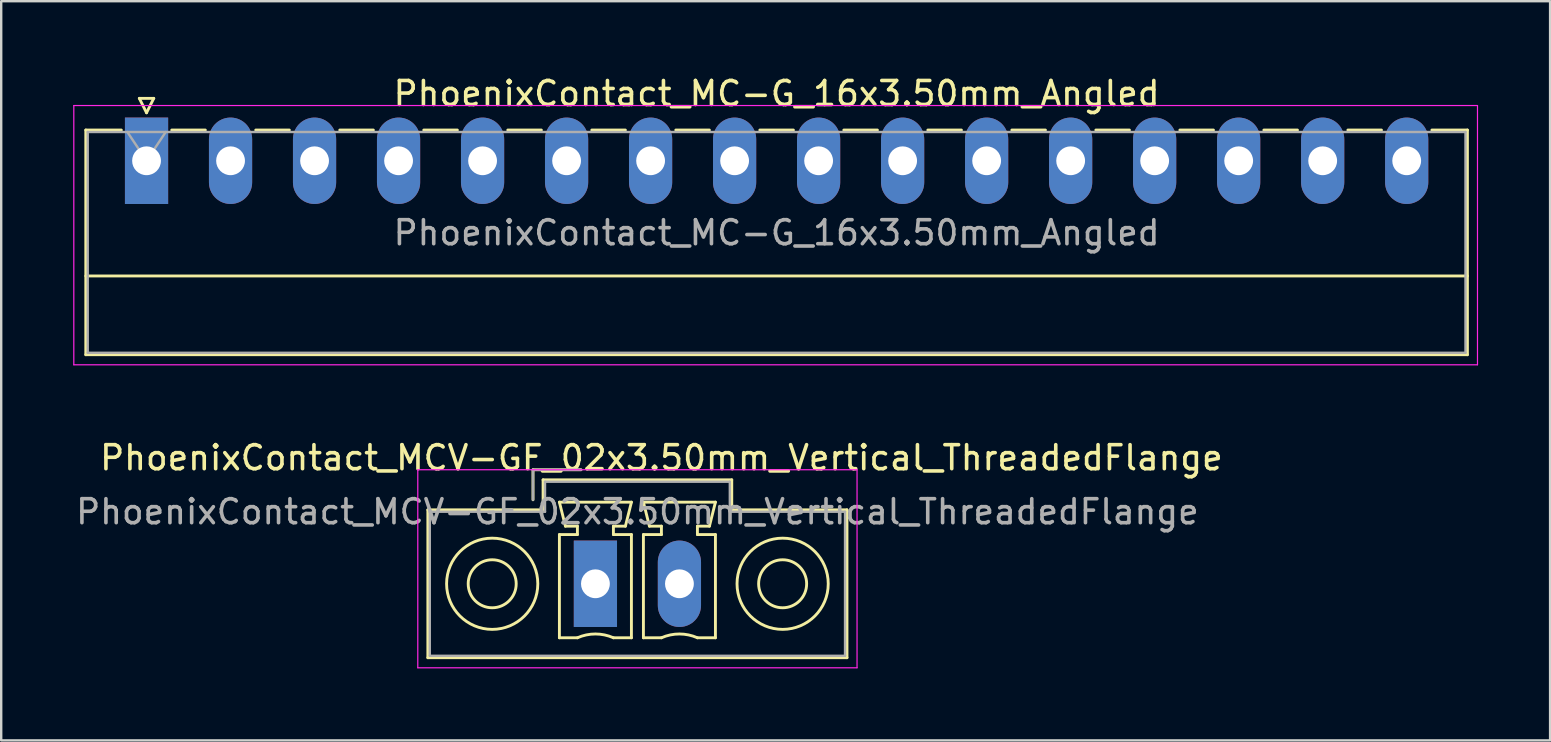
<source format=kicad_pcb>
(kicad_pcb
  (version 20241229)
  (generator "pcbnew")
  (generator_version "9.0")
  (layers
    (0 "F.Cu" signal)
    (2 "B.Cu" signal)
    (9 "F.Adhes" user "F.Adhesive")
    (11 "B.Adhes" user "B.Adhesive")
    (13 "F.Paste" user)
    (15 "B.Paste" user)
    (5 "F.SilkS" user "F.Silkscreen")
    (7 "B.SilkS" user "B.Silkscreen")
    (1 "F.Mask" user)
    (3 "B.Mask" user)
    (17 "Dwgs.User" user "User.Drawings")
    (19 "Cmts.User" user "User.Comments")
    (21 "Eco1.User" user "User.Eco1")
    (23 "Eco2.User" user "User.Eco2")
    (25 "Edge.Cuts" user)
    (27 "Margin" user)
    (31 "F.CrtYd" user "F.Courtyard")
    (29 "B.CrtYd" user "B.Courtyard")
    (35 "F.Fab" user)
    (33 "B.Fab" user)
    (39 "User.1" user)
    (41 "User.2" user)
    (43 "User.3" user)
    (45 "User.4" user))
  (footprint "PhoenixContact_MCV-GF_02x3.50mm_Vertical_ThreadedFlange"
    (layer "F.Cu")
    (at 21.756 21.271)
    (property "Reference" "PhoenixContact_MCV-GF_02x3.50mm_Vertical_ThreadedFlange" (at 2.75 -5.25 0) (layer "F.SilkS") (effects (font (size 1 1) (thickness 0.15))))
    (attr through_hole)
    (fp_line (start -6.98 -3.08) (end -6.98 3.08) (stroke (width 0.12) (type solid)) (layer "F.SilkS"))
    (fp_line (start -6.98 3.08) (end 10.48 3.08) (stroke (width 0.12) (type solid)) (layer "F.SilkS"))
    (fp_line (start -2.6 -4.75) (end -0.6 -4.75) (stroke (width 0.12) (type solid)) (layer "F.SilkS"))
    (fp_line (start -2.6 -3.5) (end -2.6 -4.75) (stroke (width 0.12) (type solid)) (layer "F.SilkS"))
    (fp_line (start -2.18 -4.33) (end -2.18 -3.08) (stroke (width 0.12) (type solid)) (layer "F.SilkS"))
    (fp_line (start -2.18 -3.08) (end -6.98 -3.08) (stroke (width 0.12) (type solid)) (layer "F.SilkS"))
    (fp_line (start -1.5 -3.4) (end 1.5 -3.4) (stroke (width 0.12) (type solid)) (layer "F.SilkS"))
    (fp_line (start -1.5 -2.05) (end -0.75 -2.05) (stroke (width 0.12) (type solid)) (layer "F.SilkS"))
    (fp_line (start -1.5 2.25) (end -1.5 -2.05) (stroke (width 0.12) (type solid)) (layer "F.SilkS"))
    (fp_line (start -1.25 -2.4) (end -1.5 -3.4) (stroke (width 0.12) (type solid)) (layer "F.SilkS"))
    (fp_line (start -0.75 -2.4) (end -1.25 -2.4) (stroke (width 0.12) (type solid)) (layer "F.SilkS"))
    (fp_line (start -0.75 -2.05) (end -0.75 -2.4) (stroke (width 0.12) (type solid)) (layer "F.SilkS"))
    (fp_line (start -0.75 2.25) (end -1.5 2.25) (stroke (width 0.12) (type solid)) (layer "F.SilkS"))
    (fp_line (start 0.75 -2.4) (end 0.75 -2.05) (stroke (width 0.12) (type solid)) (layer "F.SilkS"))
    (fp_line (start 0.75 -2.05) (end 1.5 -2.05) (stroke (width 0.12) (type solid)) (layer "F.SilkS"))
    (fp_line (start 1.25 -2.4) (end 0.75 -2.4) (stroke (width 0.12) (type solid)) (layer "F.SilkS"))
    (fp_line (start 1.5 -3.4) (end 1.25 -2.4) (stroke (width 0.12) (type solid)) (layer "F.SilkS"))
    (fp_line (start 1.5 -2.05) (end 1.5 2.25) (stroke (width 0.12) (type solid)) (layer "F.SilkS"))
    (fp_line (start 1.5 2.25) (end 0.75 2.25) (stroke (width 0.12) (type solid)) (layer "F.SilkS"))
    (fp_line (start 2 -3.4) (end 5 -3.4) (stroke (width 0.12) (type solid)) (layer "F.SilkS"))
    (fp_line (start 2 -2.05) (end 2.75 -2.05) (stroke (width 0.12) (type solid)) (layer "F.SilkS"))
    (fp_line (start 2 2.25) (end 2 -2.05) (stroke (width 0.12) (type solid)) (layer "F.SilkS"))
    (fp_line (start 2.25 -2.4) (end 2 -3.4) (stroke (width 0.12) (type solid)) (layer "F.SilkS"))
    (fp_line (start 2.75 -2.4) (end 2.25 -2.4) (stroke (width 0.12) (type solid)) (layer "F.SilkS"))
    (fp_line (start 2.75 -2.05) (end 2.75 -2.4) (stroke (width 0.12) (type solid)) (layer "F.SilkS"))
    (fp_line (start 2.75 2.25) (end 2 2.25) (stroke (width 0.12) (type solid)) (layer "F.SilkS"))
    (fp_line (start 4.25 -2.4) (end 4.25 -2.05) (stroke (width 0.12) (type solid)) (layer "F.SilkS"))
    (fp_line (start 4.25 -2.05) (end 5 -2.05) (stroke (width 0.12) (type solid)) (layer "F.SilkS"))
    (fp_line (start 4.75 -2.4) (end 4.25 -2.4) (stroke (width 0.12) (type solid)) (layer "F.SilkS"))
    (fp_line (start 5 -3.4) (end 4.75 -2.4) (stroke (width 0.12) (type solid)) (layer "F.SilkS"))
    (fp_line (start 5 -2.05) (end 5 2.25) (stroke (width 0.12) (type solid)) (layer "F.SilkS"))
    (fp_line (start 5 2.25) (end 4.25 2.25) (stroke (width 0.12) (type solid)) (layer "F.SilkS"))
    (fp_line (start 5.68 -4.33) (end -2.18 -4.33) (stroke (width 0.12) (type solid)) (layer "F.SilkS"))
    (fp_line (start 5.68 -3.08) (end 5.68 -4.33) (stroke (width 0.12) (type solid)) (layer "F.SilkS"))
    (fp_line (start 10.48 -3.08) (end 5.68 -3.08) (stroke (width 0.12) (type solid)) (layer "F.SilkS"))
    (fp_line (start 10.48 3.08) (end 10.48 -3.08) (stroke (width 0.12) (type solid)) (layer "F.SilkS"))
    (fp_arc (start -0.75 2.25) (mid -0.000193 2.09191) (end 0.749647 2.249844) (stroke (width 0.12) (type solid)) (layer "F.SilkS"))
    (fp_arc (start 2.75 2.25) (mid 3.499807 2.09191) (end 4.249647 2.249844) (stroke (width 0.12) (type solid)) (layer "F.SilkS"))
    (fp_circle (center -4.3 0) (end -3.3 0) (stroke (width 0.12) (type solid)) (fill no) (layer "F.SilkS"))
    (fp_circle (center -4.3 0) (end -2.4 0) (stroke (width 0.12) (type solid)) (fill no) (layer "F.SilkS"))
    (fp_circle (center 7.8 0) (end 8.8 0) (stroke (width 0.12) (type solid)) (fill no) (layer "F.SilkS"))
    (fp_circle (center 7.8 0) (end 9.7 0) (stroke (width 0.12) (type solid)) (fill no) (layer "F.SilkS"))
    (fp_line (start -7.4 -4.75) (end -7.4 3.5) (stroke (width 0.05) (type solid)) (layer "F.CrtYd"))
    (fp_line (start -7.4 3.5) (end 10.9 3.5) (stroke (width 0.05) (type solid)) (layer "F.CrtYd"))
    (fp_line (start 10.9 -4.75) (end -7.4 -4.75) (stroke (width 0.05) (type solid)) (layer "F.CrtYd"))
    (fp_line (start 10.9 3.5) (end 10.9 -4.75) (stroke (width 0.05) (type solid)) (layer "F.CrtYd"))
    (fp_line (start -6.9 -3) (end -6.9 3) (stroke (width 0.1) (type solid)) (layer "F.Fab"))
    (fp_line (start -6.9 3) (end 10.4 3) (stroke (width 0.1) (type solid)) (layer "F.Fab"))
    (fp_line (start -2.6 -4.75) (end -0.6 -4.75) (stroke (width 0.1) (type solid)) (layer "F.Fab"))
    (fp_line (start -2.6 -3.5) (end -2.6 -4.75) (stroke (width 0.1) (type solid)) (layer "F.Fab"))
    (fp_line (start -2.1 -4.25) (end -2.1 -3) (stroke (width 0.1) (type solid)) (layer "F.Fab"))
    (fp_line (start -2.1 -3) (end -6.9 -3) (stroke (width 0.1) (type solid)) (layer "F.Fab"))
    (fp_line (start 5.6 -4.25) (end -2.1 -4.25) (stroke (width 0.1) (type solid)) (layer "F.Fab"))
    (fp_line (start 5.6 -3) (end 5.6 -4.25) (stroke (width 0.1) (type solid)) (layer "F.Fab"))
    (fp_line (start 10.4 -3) (end 5.6 -3) (stroke (width 0.1) (type solid)) (layer "F.Fab"))
    (fp_line (start 10.4 3) (end 10.4 -3) (stroke (width 0.1) (type solid)) (layer "F.Fab"))
    (fp_text user "${REFERENCE}" (at 1.75 -3 0) (layer "F.Fab") (effects (font (size 1 1) (thickness 0.15))))
    (pad "1" thru_hole rect (at 0 0) (size 1.8 3.6) (drill 1.2) (layers "*.Cu" "*.Mask"))
    (pad "2" thru_hole oval (at 3.5 0) (size 1.8 3.6) (drill 1.2) (layers "*.Cu" "*.Mask")))
  (footprint "PhoenixContact_MC-G_16x3.50mm_Angled"
    (layer "F.Cu")
    (at 3.055 3.648)
    (property "Reference" "PhoenixContact_MC-G_16x3.50mm_Angled" (at 26.25 -2.8 0) (layer "F.SilkS") (effects (font (size 1 1) (thickness 0.15))))
    (attr through_hole)
    (fp_line (start -2.53 -1.28) (end -2.53 8.08) (stroke (width 0.12) (type solid)) (layer "F.SilkS"))
    (fp_line (start -2.53 -1.28) (end -1.05 -1.28) (stroke (width 0.12) (type solid)) (layer "F.SilkS"))
    (fp_line (start -2.53 4.8) (end 55.03 4.8) (stroke (width 0.12) (type solid)) (layer "F.SilkS"))
    (fp_line (start -2.53 8.08) (end 55.03 8.08) (stroke (width 0.12) (type solid)) (layer "F.SilkS"))
    (fp_line (start -0.3 -2.6) (end 0.3 -2.6) (stroke (width 0.12) (type solid)) (layer "F.SilkS"))
    (fp_line (start 0 -2) (end -0.3 -2.6) (stroke (width 0.12) (type solid)) (layer "F.SilkS"))
    (fp_line (start 0.3 -2.6) (end 0 -2) (stroke (width 0.12) (type solid)) (layer "F.SilkS"))
    (fp_line (start 1.05 -1.28) (end 2.45 -1.28) (stroke (width 0.12) (type solid)) (layer "F.SilkS"))
    (fp_line (start 4.55 -1.28) (end 5.95 -1.28) (stroke (width 0.12) (type solid)) (layer "F.SilkS"))
    (fp_line (start 8.05 -1.28) (end 9.45 -1.28) (stroke (width 0.12) (type solid)) (layer "F.SilkS"))
    (fp_line (start 11.55 -1.28) (end 12.95 -1.28) (stroke (width 0.12) (type solid)) (layer "F.SilkS"))
    (fp_line (start 15.05 -1.28) (end 16.45 -1.28) (stroke (width 0.12) (type solid)) (layer "F.SilkS"))
    (fp_line (start 18.55 -1.28) (end 19.95 -1.28) (stroke (width 0.12) (type solid)) (layer "F.SilkS"))
    (fp_line (start 22.05 -1.28) (end 23.45 -1.28) (stroke (width 0.12) (type solid)) (layer "F.SilkS"))
    (fp_line (start 25.55 -1.28) (end 26.95 -1.28) (stroke (width 0.12) (type solid)) (layer "F.SilkS"))
    (fp_line (start 29.05 -1.28) (end 30.45 -1.28) (stroke (width 0.12) (type solid)) (layer "F.SilkS"))
    (fp_line (start 32.55 -1.28) (end 33.95 -1.28) (stroke (width 0.12) (type solid)) (layer "F.SilkS"))
    (fp_line (start 36.05 -1.28) (end 37.45 -1.28) (stroke (width 0.12) (type solid)) (layer "F.SilkS"))
    (fp_line (start 39.55 -1.28) (end 40.95 -1.28) (stroke (width 0.12) (type solid)) (layer "F.SilkS"))
    (fp_line (start 43.05 -1.28) (end 44.45 -1.28) (stroke (width 0.12) (type solid)) (layer "F.SilkS"))
    (fp_line (start 46.55 -1.28) (end 47.95 -1.28) (stroke (width 0.12) (type solid)) (layer "F.SilkS"))
    (fp_line (start 50.05 -1.28) (end 51.45 -1.28) (stroke (width 0.12) (type solid)) (layer "F.SilkS"))
    (fp_line (start 55.03 -1.28) (end 53.55 -1.28) (stroke (width 0.12) (type solid)) (layer "F.SilkS"))
    (fp_line (start 55.03 8.08) (end 55.03 -1.28) (stroke (width 0.12) (type solid)) (layer "F.SilkS"))
    (fp_line (start -3.03 -2.3) (end -3.03 8.5) (stroke (width 0.05) (type solid)) (layer "F.CrtYd"))
    (fp_line (start -3.03 8.5) (end 55.45 8.5) (stroke (width 0.05) (type solid)) (layer "F.CrtYd"))
    (fp_line (start 55.45 -2.3) (end -3.03 -2.3) (stroke (width 0.05) (type solid)) (layer "F.CrtYd"))
    (fp_line (start 55.45 8.5) (end 55.45 -2.3) (stroke (width 0.05) (type solid)) (layer "F.CrtYd"))
    (fp_line (start -2.45 -1.2) (end -2.45 8) (stroke (width 0.1) (type solid)) (layer "F.Fab"))
    (fp_line (start -2.45 8) (end 54.95 8) (stroke (width 0.1) (type solid)) (layer "F.Fab"))
    (fp_line (start 0 0) (end -0.8 -1.2) (stroke (width 0.1) (type solid)) (layer "F.Fab"))
    (fp_line (start 0.8 -1.2) (end 0 0) (stroke (width 0.1) (type solid)) (layer "F.Fab"))
    (fp_line (start 54.95 -1.2) (end -2.45 -1.2) (stroke (width 0.1) (type solid)) (layer "F.Fab"))
    (fp_line (start 54.95 8) (end 54.95 -1.2) (stroke (width 0.1) (type solid)) (layer "F.Fab"))
    (fp_text user "${REFERENCE}" (at 26.25 3 0) (layer "F.Fab") (effects (font (size 1 1) (thickness 0.15))))
    (pad "1" thru_hole rect (at 0 0) (size 1.8 3.6) (drill 1.2) (layers "*.Cu" "*.Mask"))
    (pad "2" thru_hole oval (at 3.5 0) (size 1.8 3.6) (drill 1.2) (layers "*.Cu" "*.Mask"))
    (pad "3" thru_hole oval (at 7 0) (size 1.8 3.6) (drill 1.2) (layers "*.Cu" "*.Mask"))
    (pad "4" thru_hole oval (at 10.5 0) (size 1.8 3.6) (drill 1.2) (layers "*.Cu" "*.Mask"))
    (pad "5" thru_hole oval (at 14 0) (size 1.8 3.6) (drill 1.2) (layers "*.Cu" "*.Mask"))
    (pad "6" thru_hole oval (at 17.5 0) (size 1.8 3.6) (drill 1.2) (layers "*.Cu" "*.Mask"))
    (pad "7" thru_hole oval (at 21 0) (size 1.8 3.6) (drill 1.2) (layers "*.Cu" "*.Mask"))
    (pad "8" thru_hole oval (at 24.5 0) (size 1.8 3.6) (drill 1.2) (layers "*.Cu" "*.Mask"))
    (pad "9" thru_hole oval (at 28 0) (size 1.8 3.6) (drill 1.2) (layers "*.Cu" "*.Mask"))
    (pad "10" thru_hole oval (at 31.5 0) (size 1.8 3.6) (drill 1.2) (layers "*.Cu" "*.Mask"))
    (pad "11" thru_hole oval (at 35 0) (size 1.8 3.6) (drill 1.2) (layers "*.Cu" "*.Mask"))
    (pad "12" thru_hole oval (at 38.5 0) (size 1.8 3.6) (drill 1.2) (layers "*.Cu" "*.Mask"))
    (pad "13" thru_hole oval (at 42 0) (size 1.8 3.6) (drill 1.2) (layers "*.Cu" "*.Mask"))
    (pad "14" thru_hole oval (at 45.5 0) (size 1.8 3.6) (drill 1.2) (layers "*.Cu" "*.Mask"))
    (pad "15" thru_hole oval (at 49 0) (size 1.8 3.6) (drill 1.2) (layers "*.Cu" "*.Mask"))
    (pad "16" thru_hole oval (at 52.5 0) (size 1.8 3.6) (drill 1.2) (layers "*.Cu" "*.Mask")))
  (gr_rect
    (start -3 -3)
    (end 61.53 27.797)
    (stroke (width 0.1) (type default))
    (fill no)
    (layer "Edge.Cuts")))
</source>
